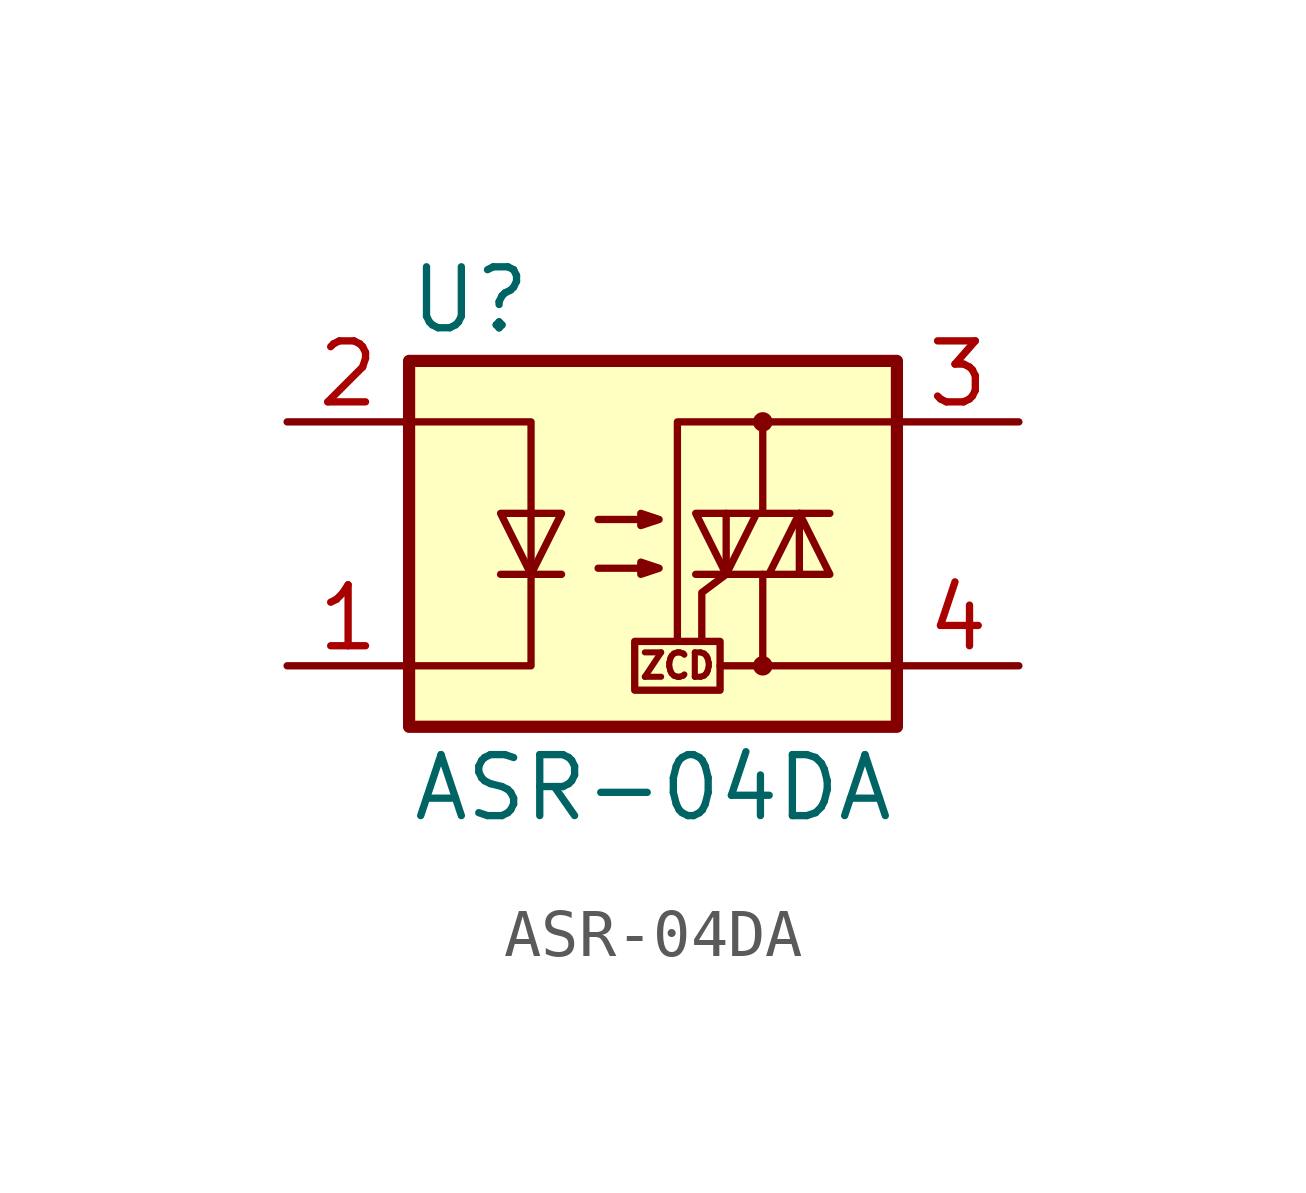
<source format=kicad_sym>
(kicad_symbol_lib
  (version 20211014)
  (generator kicad_symbol_editor)
  (symbol "ASR-04DA"
    (property "Reference" "U"
      (at -3.81 0 0)
      (effects (font (size 1.27 1.27))))
    (property "Value" "ASR-04DA"
      (at 0 -10.16 0)
      (effects (font (size 1.27 1.27))))
    (symbol "ASR-04DA_0_0"
      (rectangle (start -0.381 -7.112) (end 1.397 -8.128) (stroke (width 0) (type default) (color 0 0 0 0)) (fill (type none)))
      (polyline (pts (xy 2.286 -7.62) (xy 1.397 -7.62)) (stroke (width 0) (type default) (color 0 0 0 0)) (fill (type none)))
      (polyline (pts (xy 1.524 -5.715) (xy 1.016 -6.096) (xy 1.016 -7.112)) (stroke (width 0) (type default) (color 0 0 0 0)) (fill (type none)))
      (text "ZCD" (at 0.508 -7.62 0) (effects (font (size 0.508 0.508)))))
    (symbol "ASR-04DA_0_1"
      (rectangle (start -5.08 -1.27) (end 5.08 -8.89) (stroke (width 0.254) (type default) (color 0 0 0 0)) (fill (type background)))
      (polyline (pts (xy -3.175 -5.715) (xy -1.905 -5.715)) (stroke (width 0) (type default) (color 0 0 0 0)) (fill (type none)))
      (polyline (pts (xy 1.524 -5.715) (xy 1.524 -4.445)) (stroke (width 0) (type default) (color 0 0 0 0)) (fill (type none)))
      (polyline (pts (xy 3.048 -4.445) (xy 3.048 -5.715)) (stroke (width 0) (type default) (color 0 0 0 0)) (fill (type none)))
      (polyline (pts (xy 2.286 -5.715) (xy 2.286 -7.62) (xy 5.08 -7.62)) (stroke (width 0) (type default) (color 0 0 0 0)) (fill (type none)))
      (polyline (pts (xy 2.286 -4.445) (xy 2.286 -2.54) (xy 5.08 -2.54)) (stroke (width 0) (type default) (color 0 0 0 0)) (fill (type none)))
      (polyline (pts (xy 2.286 -2.54) (xy 0.508 -2.54) (xy 0.508 -7.112)) (stroke (width 0) (type default) (color 0 0 0 0)) (fill (type none)))
      (polyline (pts (xy -5.08 -2.54) (xy -2.54 -2.54) (xy -2.54 -7.62) (xy -5.08 -7.62)) (stroke (width 0) (type default) (color 0 0 0 0)) (fill (type none)))
      (polyline (pts (xy -2.54 -5.715) (xy -3.175 -4.445) (xy -1.905 -4.445) (xy -2.54 -5.715)) (stroke (width 0) (type default) (color 0 0 0 0)) (fill (type none)))
      (polyline (pts (xy 0.889 -5.715) (xy 3.683 -5.715) (xy 3.048 -4.445) (xy 2.413 -5.715)) (stroke (width 0) (type default) (color 0 0 0 0)) (fill (type none)))
      (polyline (pts (xy 3.683 -4.445) (xy 0.889 -4.445) (xy 1.524 -5.715) (xy 2.159 -4.445)) (stroke (width 0) (type default) (color 0 0 0 0)) (fill (type none)))
      (polyline (pts (xy -1.143 -5.588) (xy 0.127 -5.588) (xy -0.254 -5.715) (xy -0.254 -5.461) (xy 0.127 -5.588)) (stroke (width 0) (type default) (color 0 0 0 0)) (fill (type none)))
      (polyline (pts (xy -1.143 -4.572) (xy 0.127 -4.572) (xy -0.254 -4.699) (xy -0.254 -4.445) (xy 0.127 -4.572)) (stroke (width 0) (type default) (color 0 0 0 0)) (fill (type none)))
      (circle (center 2.286 -7.62) (radius 0.127) (stroke (width 0) (type default) (color 0 0 0 0)) (fill (type none)))
      (circle (center 2.286 -2.54) (radius 0.127) (stroke (width 0) (type default) (color 0 0 0 0)) (fill (type none))))
    (symbol "ASR-04DA_1_1"
      (pin passive line (at -7.62 -7.62 0) (length 2.54) (name "~" (effects (font (size 1.27 1.27)))) (number "1" (effects (font (size 1.27 1.27)))))
      (pin passive line (at -7.62 -2.54 0) (length 2.54) (name "~" (effects (font (size 1.27 1.27)))) (number "2" (effects (font (size 1.27 1.27)))))
      (pin passive line (at 7.62 -2.54 180) (length 2.54) (name "~" (effects (font (size 1.27 1.27)))) (number "3" (effects (font (size 1.27 1.27)))))
      (pin passive line (at 7.62 -7.62 180) (length 2.54) (name "~" (effects (font (size 1.27 1.27)))) (number "4" (effects (font (size 1.27 1.27))))))))
</source>
